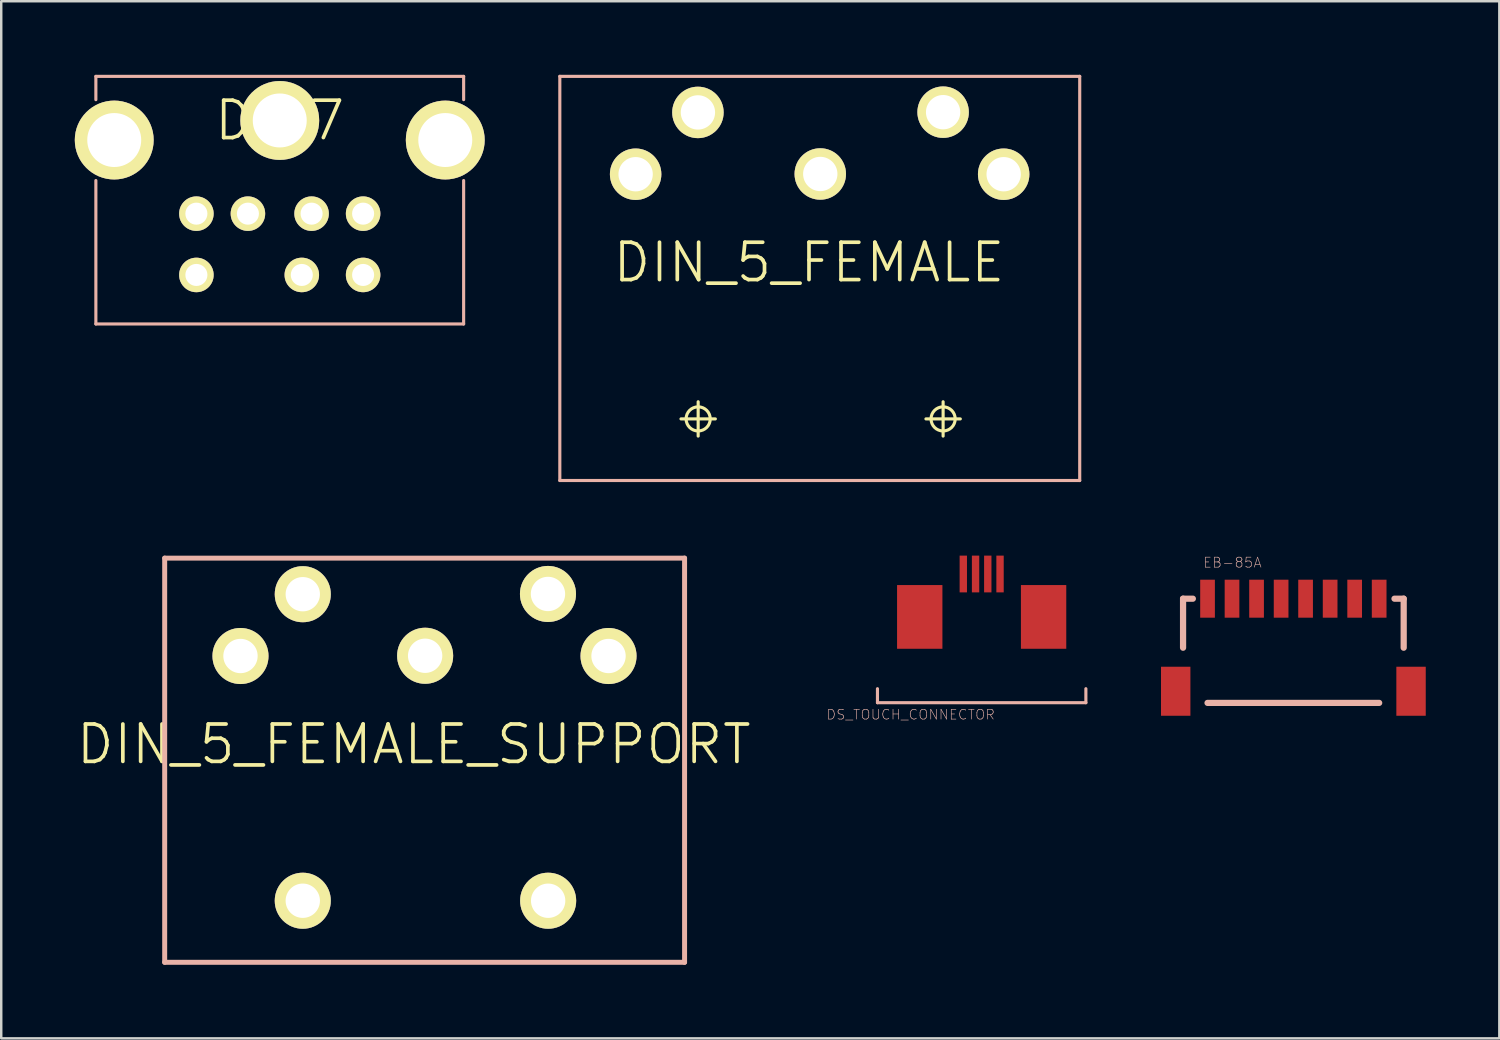
<source format=kicad_pcb>
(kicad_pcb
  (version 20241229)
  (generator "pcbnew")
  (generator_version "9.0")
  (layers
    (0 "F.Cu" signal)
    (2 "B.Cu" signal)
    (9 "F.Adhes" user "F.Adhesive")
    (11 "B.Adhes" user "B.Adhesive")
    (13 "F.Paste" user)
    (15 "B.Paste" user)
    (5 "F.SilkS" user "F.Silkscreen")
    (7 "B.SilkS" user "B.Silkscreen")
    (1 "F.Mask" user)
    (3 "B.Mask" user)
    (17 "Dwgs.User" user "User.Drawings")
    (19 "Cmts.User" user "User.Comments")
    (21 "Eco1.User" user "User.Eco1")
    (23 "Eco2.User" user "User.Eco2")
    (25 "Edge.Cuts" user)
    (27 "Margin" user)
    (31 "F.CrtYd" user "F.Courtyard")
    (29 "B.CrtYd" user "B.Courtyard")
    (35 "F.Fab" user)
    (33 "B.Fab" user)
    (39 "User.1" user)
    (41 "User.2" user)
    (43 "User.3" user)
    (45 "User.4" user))
  (footprint "EB-85A"
    (layer "F.Cu")
    (at 46.188 21.362)
    (property "Reference" "EB-85A" (at 1.016 -1.473 0) (layer "B.SilkS") (effects (font (size 0.406 0.406) (thickness 0.025))))
    (attr smd)
    (fp_line (start -0.998 0) (end -0.599 0) (stroke (width 0.254) (type solid)) (layer "B.SilkS"))
    (fp_line (start -0.998 1.999) (end -0.998 0) (stroke (width 0.254) (type solid)) (layer "B.SilkS"))
    (fp_line (start 0 4.249) (end 6.998 4.249) (stroke (width 0.254) (type solid)) (layer "B.SilkS"))
    (fp_line (start 7.623 0) (end 7.998 0) (stroke (width 0.254) (type solid)) (layer "B.SilkS"))
    (fp_line (start 7.998 0) (end 7.998 1.999) (stroke (width 0.254) (type solid)) (layer "B.SilkS"))
    (pad "1" smd rect (at 0 0) (size 0.599 1.549) (layers "F.Cu" "F.Mask" "F.Paste"))
    (pad "2" smd rect (at 0.998 0) (size 0.599 1.549) (layers "F.Cu" "F.Mask" "F.Paste"))
    (pad "3" smd rect (at 1.999 0) (size 0.599 1.549) (layers "F.Cu" "F.Mask" "F.Paste"))
    (pad "4" smd rect (at 3 0) (size 0.599 1.549) (layers "F.Cu" "F.Mask" "F.Paste"))
    (pad "5" smd rect (at 3.998 0) (size 0.599 1.549) (layers "F.Cu" "F.Mask" "F.Paste"))
    (pad "6" smd rect (at 4.999 0) (size 0.599 1.549) (layers "F.Cu" "F.Mask" "F.Paste"))
    (pad "7" smd rect (at 5.999 0) (size 0.599 1.549) (layers "F.Cu" "F.Mask" "F.Paste"))
    (pad "8" smd rect (at 6.998 0) (size 0.599 1.549) (layers "F.Cu" "F.Mask" "F.Paste"))
    (pad "P$1" smd rect (at -1.298 3.774) (size 1.199 1.999) (layers "F.Cu" "F.Mask" "F.Paste"))
    (pad "P$2" smd rect (at 8.298 3.774) (size 1.199 1.999) (layers "F.Cu" "F.Mask" "F.Paste")))
  (footprint "DS_TOUCH_CONNECTOR"
    (layer "F.Cu")
    (at 36.978 22.804)
    (property "Reference" "DS_TOUCH_CONNECTOR" (at -2.893 3.284 0) (layer "B.SilkS") (effects (font (size 0.399 0.399) (thickness 0.025))))
    (attr smd)
    (fp_line (start -4.249 2.228) (end -4.249 2.799) (stroke (width 0.127) (type solid)) (layer "B.SilkS"))
    (fp_line (start -4.249 2.799) (end 4.249 2.799) (stroke (width 0.127) (type solid)) (layer "B.SilkS"))
    (fp_line (start 4.249 2.228) (end 4.249 2.799) (stroke (width 0.127) (type solid)) (layer "B.SilkS"))
    (pad "1" smd rect (at 0.749 -2.449 90) (size 1.499 0.3) (layers "F.Cu" "F.Mask" "F.Paste"))
    (pad "2" smd rect (at 0.249 -2.449 90) (size 1.499 0.3) (layers "F.Cu" "F.Mask" "F.Paste"))
    (pad "3" smd rect (at -0.249 -2.449 90) (size 1.499 0.3) (layers "F.Cu" "F.Mask" "F.Paste"))
    (pad "4" smd rect (at -0.749 -2.449 90) (size 1.499 0.3) (layers "F.Cu" "F.Mask" "F.Paste"))
    (pad "P$5" smd rect (at -2.525 -0.699) (size 1.849 2.598) (layers "F.Cu" "F.Mask" "F.Paste"))
    (pad "P$6" smd rect (at 2.525 -0.699) (size 1.849 2.598) (layers "F.Cu" "F.Mask" "F.Paste")))
  (footprint "DIN_5_FEMALE"
    (layer "F.Cu")
    (at 29.937 7.653)
    (property "Reference" "DIN_5_FEMALE" (at 0 0 0) (layer "F.SilkS") (effects (font (size 1.524 1.524) (thickness 0.15))))
    (attr exclude_from_pos_files exclude_from_bom)
    (fp_line (start -5.22 6.378) (end -3.818 6.378) (stroke (width 0.127) (type solid)) (layer "F.SilkS"))
    (fp_line (start -4.519 7.079) (end -4.519 5.679) (stroke (width 0.127) (type solid)) (layer "F.SilkS"))
    (fp_line (start 0.439 -3.599) (end 0.46 -3.599) (stroke (width 0.089) (type solid)) (layer "F.SilkS"))
    (fp_line (start 4.768 6.378) (end 6.17 6.378) (stroke (width 0.127) (type solid)) (layer "F.SilkS"))
    (fp_line (start 5.469 7.079) (end 5.469 5.679) (stroke (width 0.127) (type solid)) (layer "F.SilkS"))
    (fp_circle (center -4.519 6.378) (end -4.867 6.726) (stroke (width 0.127) (type solid)) (fill no) (layer "F.SilkS"))
    (fp_circle (center 5.469 6.378) (end 5.817 6.726) (stroke (width 0.127) (type solid)) (fill no) (layer "F.SilkS"))
    (fp_line (start -10.16 -7.59) (end -10.16 8.89) (stroke (width 0.127) (type solid)) (layer "B.SilkS"))
    (fp_line (start -10.16 8.89) (end 11.039 8.89) (stroke (width 0.127) (type solid)) (layer "B.SilkS"))
    (fp_line (start 11.039 -7.59) (end -10.16 -7.59) (stroke (width 0.127) (type solid)) (layer "B.SilkS"))
    (fp_line (start 11.039 8.89) (end 11.039 -7.59) (stroke (width 0.127) (type solid)) (layer "B.SilkS"))
    (pad "1" thru_hole circle (at 7.938 -3.599) (size 2.098 2.098) (drill 1.4) (layers "*.Cu" "F.Mask" "F.SilkS" "F.Paste"))
    (pad "2" thru_hole circle (at 0.46 -3.609) (size 2.098 2.098) (drill 1.4) (layers "*.Cu" "F.Mask" "F.SilkS" "F.Paste"))
    (pad "3" thru_hole circle (at -7.069 -3.599) (size 2.098 2.098) (drill 1.4) (layers "*.Cu" "F.Mask" "F.SilkS" "F.Paste"))
    (pad "4" thru_hole circle (at 5.469 -6.129) (size 2.098 2.098) (drill 1.4) (layers "*.Cu" "F.Mask" "F.SilkS" "F.Paste"))
    (pad "5" thru_hole circle (at -4.529 -6.119) (size 2.098 2.098) (drill 1.4) (layers "*.Cu" "F.Mask" "F.SilkS" "F.Paste")))
  (footprint "DIN7"
    (layer "F.Cu")
    (at 8.357 1.862)
    (property "Reference" "DIN7" (at 0 0 0) (layer "F.SilkS") (effects (font (size 1.524 1.524) (thickness 0.15))))
    (attr exclude_from_pos_files exclude_from_bom)
    (fp_line (start -7.498 -1.798) (end -7.498 -0.848) (stroke (width 0.127) (type solid)) (layer "B.SilkS"))
    (fp_line (start -7.498 -1.798) (end 7.498 -1.798) (stroke (width 0.127) (type solid)) (layer "B.SilkS"))
    (fp_line (start -7.498 8.298) (end -7.498 2.449) (stroke (width 0.127) (type solid)) (layer "B.SilkS"))
    (fp_line (start -7.498 8.298) (end 7.498 8.298) (stroke (width 0.127) (type solid)) (layer "B.SilkS"))
    (fp_line (start 7.498 -1.798) (end 7.498 -0.848) (stroke (width 0.127) (type solid)) (layer "B.SilkS"))
    (fp_line (start 7.498 8.298) (end 7.498 2.449) (stroke (width 0.127) (type solid)) (layer "B.SilkS"))
    (pad "1" thru_hole circle (at 1.298 3.8) (size 1.407 1.407) (drill 0.899) (layers "*.Cu" "F.Mask" "F.SilkS" "F.Paste"))
    (pad "2" thru_hole circle (at -1.298 3.8) (size 1.407 1.407) (drill 0.899) (layers "*.Cu" "F.Mask" "F.SilkS" "F.Paste"))
    (pad "3" thru_hole circle (at -3.399 3.8) (size 1.407 1.407) (drill 0.899) (layers "*.Cu" "F.Mask" "F.SilkS" "F.Paste"))
    (pad "4" thru_hole circle (at 3.399 3.8) (size 1.407 1.407) (drill 0.899) (layers "*.Cu" "F.Mask" "F.SilkS" "F.Paste"))
    (pad "5" thru_hole circle (at -3.399 6.299) (size 1.407 1.407) (drill 0.899) (layers "*.Cu" "F.Mask" "F.SilkS" "F.Paste"))
    (pad "6" thru_hole circle (at 0.899 6.299) (size 1.407 1.407) (drill 0.899) (layers "*.Cu" "F.Mask" "F.SilkS" "F.Paste"))
    (pad "7" thru_hole circle (at 3.399 6.299) (size 1.407 1.407) (drill 0.899) (layers "*.Cu" "F.Mask" "F.SilkS" "F.Paste"))
    (pad "P$1" thru_hole circle (at 0 0) (size 3.216 3.216) (drill 2.2) (layers "*.Cu" "F.Mask" "F.SilkS" "F.Paste"))
    (pad "P$2" thru_hole circle (at -6.749 0.798) (size 3.216 3.216) (drill 2.2) (layers "*.Cu" "F.Mask" "F.SilkS" "F.Paste"))
    (pad "P$3" thru_hole circle (at 6.749 0.798) (size 3.216 3.216) (drill 2.2) (layers "*.Cu" "F.Mask" "F.SilkS" "F.Paste")))
  (footprint "DIN_5_FEMALE_SUPPORT"
    (layer "F.Cu")
    (at 13.825 27.298)
    (property "Reference" "DIN_5_FEMALE_SUPPORT" (at 0 0 0) (layer "F.SilkS") (effects (font (size 1.524 1.524) (thickness 0.15))))
    (attr exclude_from_pos_files exclude_from_bom)
    (fp_line (start 0.439 -3.599) (end 0.46 -3.599) (stroke (width 0.089) (type solid)) (layer "F.SilkS"))
    (fp_line (start -10.16 -7.59) (end -10.16 8.89) (stroke (width 0.203) (type solid)) (layer "B.SilkS"))
    (fp_line (start -10.16 8.89) (end 11.039 8.89) (stroke (width 0.203) (type solid)) (layer "B.SilkS"))
    (fp_line (start 11.039 -7.59) (end -10.16 -7.59) (stroke (width 0.203) (type solid)) (layer "B.SilkS"))
    (fp_line (start 11.039 8.89) (end 11.039 -7.59) (stroke (width 0.203) (type solid)) (layer "B.SilkS"))
    (pad "1" thru_hole circle (at 7.938 -3.599) (size 2.286 2.286) (drill 1.4) (layers "*.Cu" "F.Mask" "F.SilkS" "F.Paste"))
    (pad "2" thru_hole circle (at 0.46 -3.609) (size 2.286 2.286) (drill 1.4) (layers "*.Cu" "F.Mask" "F.SilkS" "F.Paste"))
    (pad "3" thru_hole circle (at -7.069 -3.599) (size 2.286 2.286) (drill 1.4) (layers "*.Cu" "F.Mask" "F.SilkS" "F.Paste"))
    (pad "4" thru_hole circle (at 5.469 -6.129) (size 2.286 2.286) (drill 1.4) (layers "*.Cu" "F.Mask" "F.SilkS" "F.Paste"))
    (pad "5" thru_hole circle (at -4.529 -6.119) (size 2.286 2.286) (drill 1.4) (layers "*.Cu" "F.Mask" "F.SilkS" "F.Paste"))
    (pad "6" thru_hole circle (at -4.529 6.38) (size 2.286 2.286) (drill 1.4) (layers "*.Cu" "F.Mask" "F.SilkS" "F.Paste"))
    (pad "7" thru_hole circle (at 5.476 6.38) (size 2.286 2.286) (drill 1.4) (layers "*.Cu" "F.Mask" "F.SilkS" "F.Paste")))
  (gr_rect
    (start -3 -3)
    (end 58.086 39.289)
    (stroke (width 0.1) (type default))
    (fill no)
    (layer "Edge.Cuts")))
</source>
